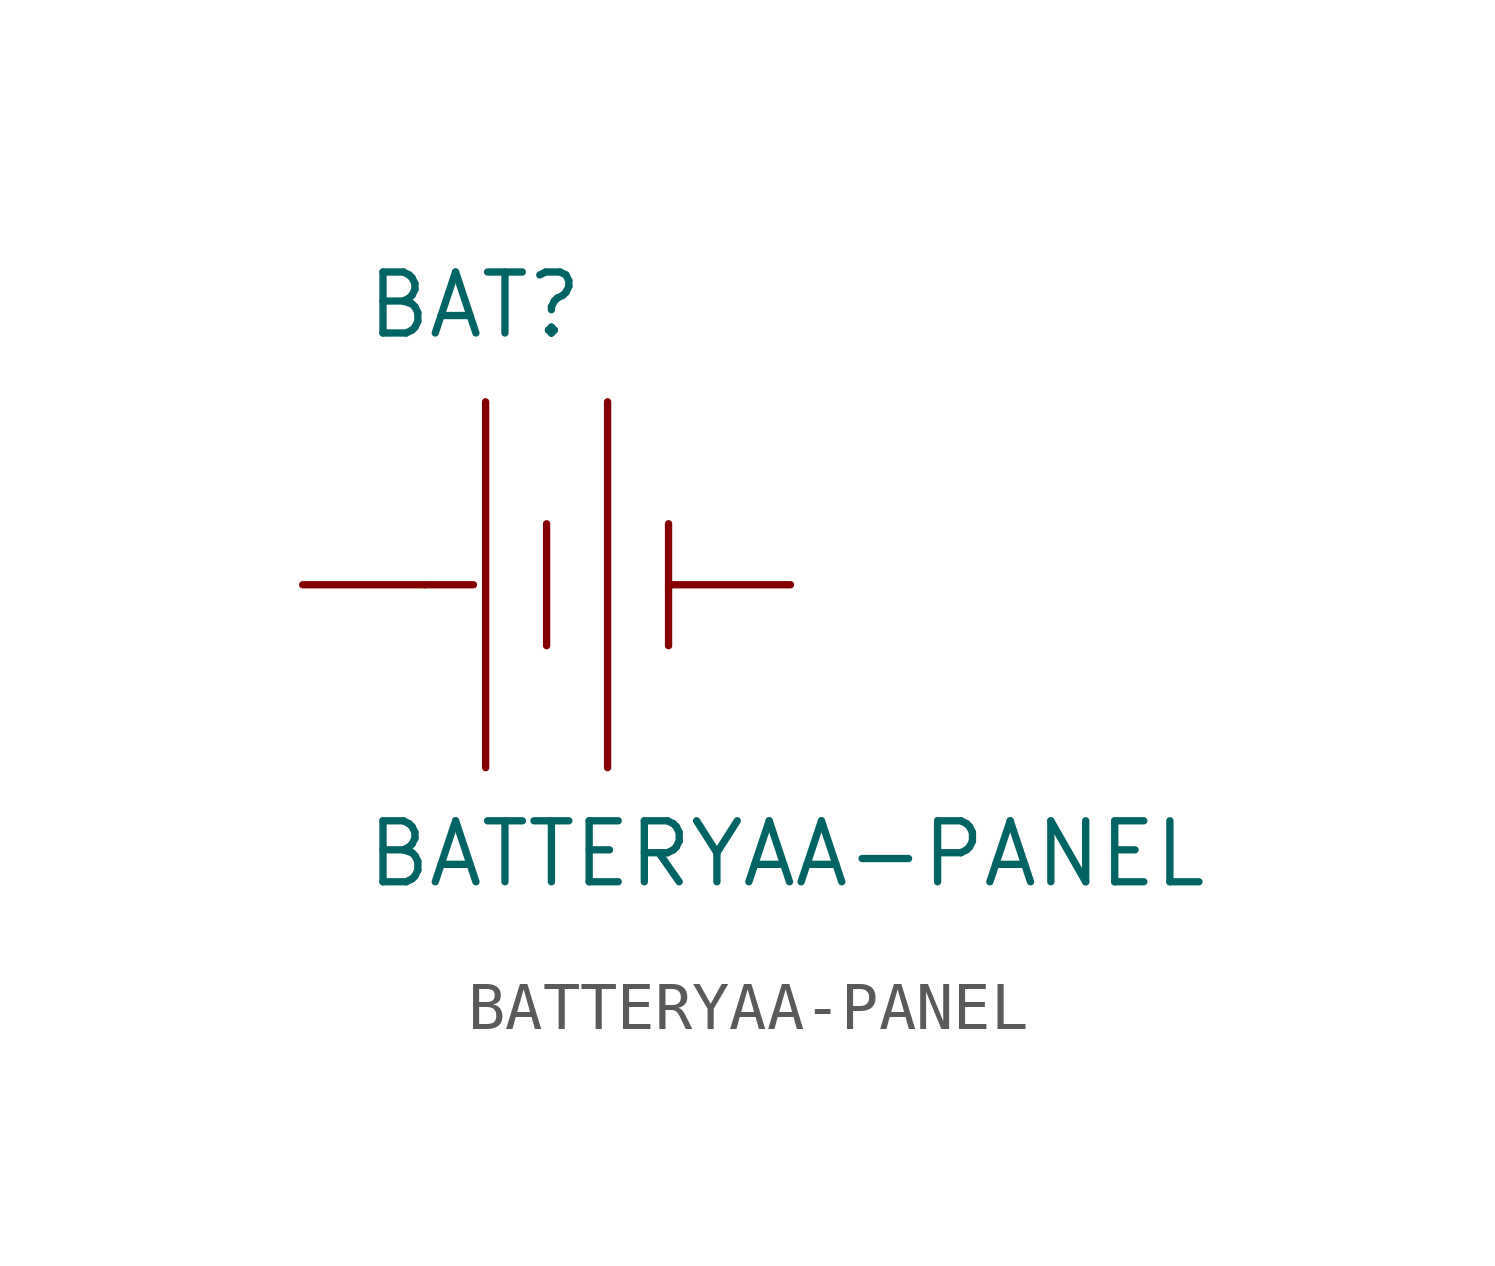
<source format=kicad_sym>
(kicad_symbol_lib
  (version 20211014)
  (generator kicad_symbol_editor)
  (symbol "BATTERYAA-PANEL"
    (pin_numbers hide)
    (pin_names
      (offset 1.016) hide)
    (property "Reference" "BAT"
      (at -3.81 5.08 0)
      (effects (font (size 1.27 1.27)) (justify left bottom)))
    (property "Value" "BATTERYAA-PANEL"
      (at -3.81 -6.35 0)
      (effects (font (size 1.27 1.27)) (justify left bottom)))
    (property "ki_locked" ""
      (at 0 0 0)
      (effects (font (size 1.27 1.27))))
    (symbol "BATTERYAA-PANEL_1_0"
      (polyline (pts (xy -2.54 0) (xy -1.524 0)) (stroke (width 0) (type default) (color 0 0 0 0)) (fill (type none)))
      (polyline (pts (xy -1.27 3.81) (xy -1.27 -3.81)) (stroke (width 0) (type default) (color 0 0 0 0)) (fill (type none)))
      (polyline (pts (xy 0 1.27) (xy 0 -1.27)) (stroke (width 0) (type default) (color 0 0 0 0)) (fill (type none)))
      (polyline (pts (xy 1.27 3.81) (xy 1.27 -3.81)) (stroke (width 0) (type default) (color 0 0 0 0)) (fill (type none)))
      (polyline (pts (xy 2.54 1.27) (xy 2.54 -1.27)) (stroke (width 0) (type default) (color 0 0 0 0)) (fill (type none))))
    (symbol "BATTERYAA-PANEL_1_1"
      (pin power_in line (at -5.08 0 0) (length 2.54) (name "+" (effects (font (size 1.016 1.016)))) (number "+" (effects (font (size 1.016 1.016)))))
      (pin power_in line (at 5.08 0 180) (length 2.54) (name "-" (effects (font (size 1.016 1.016)))) (number "-" (effects (font (size 1.016 1.016))))))))
</source>
